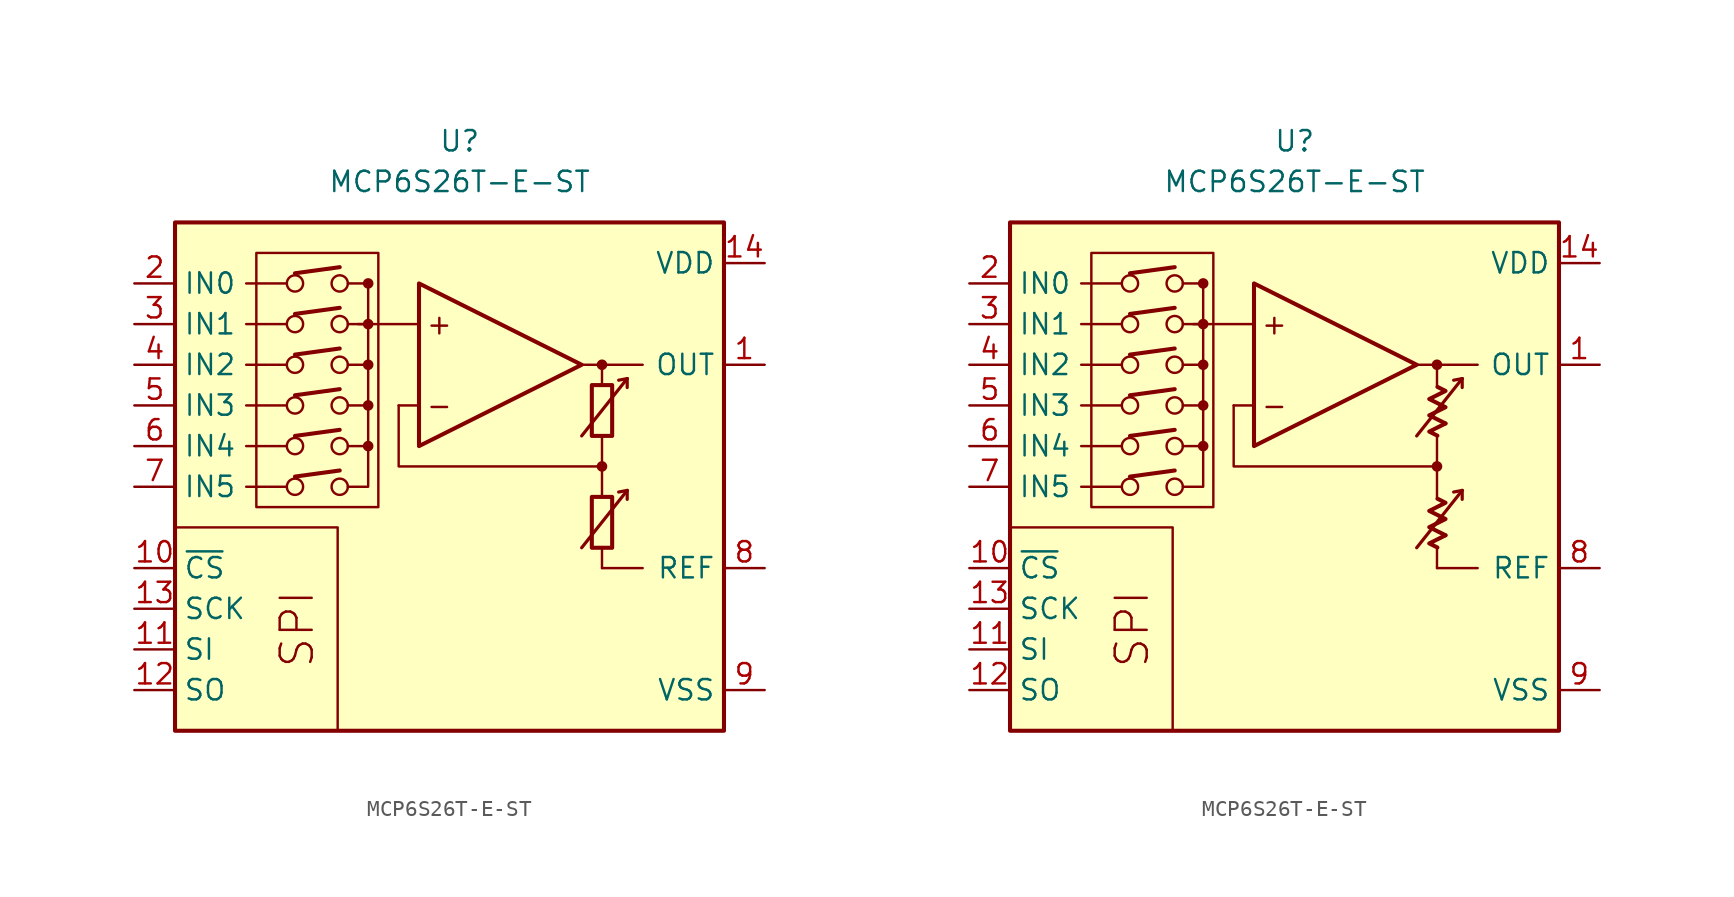
<source format=kicad_sym>
(kicad_symbol_lib
  (version 20231120)
  (generator "kicad_symbol_editor")
  (generator_version "8.0")
  (symbol "MCP6S26T-E-ST"
    (property "Reference" "U"
      (at 0 19.05 0)
      (effects (font (size 1.27 1.27))))
    (property "Value" "MCP6S26T-E-ST"
      (at 0 16.51 0)
      (effects (font (size 1.27 1.27))))
    (symbol "MCP6S26T-E-ST_0_0"
      (rectangle (start -17.78 13.97) (end 16.51 -17.78) (stroke (width 0.254) (type default)) (fill (type background)))
      (rectangle (start -12.7 12.065) (end -5.08 -3.81) (stroke (width 0.152) (type default)) (fill (type none)))
      (circle (center -10.287 -2.54) (radius 0.508) (stroke (width 0) (type default)) (fill (type none)))
      (circle (center -10.287 0) (radius 0.508) (stroke (width 0) (type default)) (fill (type none)))
      (circle (center -10.287 2.54) (radius 0.508) (stroke (width 0) (type default)) (fill (type none)))
      (circle (center -10.287 5.08) (radius 0.508) (stroke (width 0) (type default)) (fill (type none)))
      (circle (center -10.287 7.62) (radius 0.508) (stroke (width 0) (type default)) (fill (type none)))
      (circle (center -10.287 10.16) (radius 0.508) (stroke (width 0) (type default)) (fill (type none)))
      (circle (center -7.493 -2.54) (radius 0.508) (stroke (width 0) (type default)) (fill (type none)))
      (circle (center -7.493 0) (radius 0.508) (stroke (width 0) (type default)) (fill (type none)))
      (circle (center -7.493 2.54) (radius 0.508) (stroke (width 0) (type default)) (fill (type none)))
      (circle (center -7.493 5.08) (radius 0.508) (stroke (width 0) (type default)) (fill (type none)))
      (circle (center -7.493 7.62) (radius 0.508) (stroke (width 0) (type default)) (fill (type none)))
      (circle (center -7.493 10.16) (radius 0.508) (stroke (width 0) (type default)) (fill (type none)))
      (circle (center -5.715 0) (radius 0.254) (stroke (width 0.152) (type default)) (fill (type outline)))
      (circle (center -5.715 2.54) (radius 0.254) (stroke (width 0.152) (type default)) (fill (type outline)))
      (circle (center -5.715 5.08) (radius 0.254) (stroke (width 0.152) (type default)) (fill (type outline)))
      (circle (center -5.715 7.62) (radius 0.254) (stroke (width 0.152) (type default)) (fill (type outline)))
      (circle (center -5.715 10.16) (radius 0.254) (stroke (width 0.152) (type default)) (fill (type outline)))
      (polyline (pts (xy 8.89 -3.81)) (stroke (width 0.152) (type default)) (fill (type none)))
      (polyline (pts (xy 8.89 -3.81)) (stroke (width 0.152) (type default)) (fill (type none)))
      (polyline (pts (xy 8.89 -3.175)) (stroke (width 0.152) (type default)) (fill (type none)))
      (polyline (pts (xy 8.89 3.175)) (stroke (width 0.152) (type default)) (fill (type none)))
      (polyline (pts (xy 8.89 3.81)) (stroke (width 0.152) (type default)) (fill (type none)))
      (polyline (pts (xy 8.89 3.81)) (stroke (width 0.152) (type default)) (fill (type none)))
      (polyline (pts (xy -10.795 -2.54) (xy -13.335 -2.54)) (stroke (width 0.152) (type default)) (fill (type none)))
      (polyline (pts (xy -10.795 0) (xy -13.335 0)) (stroke (width 0.152) (type default)) (fill (type none)))
      (polyline (pts (xy -10.795 2.54) (xy -13.335 2.54)) (stroke (width 0.152) (type default)) (fill (type none)))
      (polyline (pts (xy -10.795 5.08) (xy -13.335 5.08)) (stroke (width 0.152) (type default)) (fill (type none)))
      (polyline (pts (xy -10.795 7.62) (xy -13.335 7.62)) (stroke (width 0.152) (type default)) (fill (type none)))
      (polyline (pts (xy -10.795 10.16) (xy -13.335 10.16)) (stroke (width 0.152) (type default)) (fill (type none)))
      (polyline (pts (xy -10.287 -1.905) (xy -7.493 -1.524)) (stroke (width 0.254) (type default)) (fill (type none)))
      (polyline (pts (xy -10.287 0.635) (xy -7.493 1.016)) (stroke (width 0.254) (type default)) (fill (type none)))
      (polyline (pts (xy -10.287 3.175) (xy -7.493 3.556)) (stroke (width 0.254) (type default)) (fill (type none)))
      (polyline (pts (xy -10.287 5.715) (xy -7.493 6.096)) (stroke (width 0.254) (type default)) (fill (type none)))
      (polyline (pts (xy -10.287 8.255) (xy -7.493 8.636)) (stroke (width 0.254) (type default)) (fill (type none)))
      (polyline (pts (xy -10.287 10.795) (xy -7.493 11.176)) (stroke (width 0.254) (type default)) (fill (type none)))
      (polyline (pts (xy -5.715 10.16) (xy -6.985 10.16)) (stroke (width 0.152) (type default)) (fill (type none)))
      (polyline (pts (xy -2.54 2.54) (xy -3.81 2.54)) (stroke (width 0.152) (type default)) (fill (type none)))
      (polyline (pts (xy -2.54 7.62) (xy -6.35 7.62)) (stroke (width 0.152) (type default)) (fill (type none)))
      (polyline (pts (xy 7.62 5.08) (xy 11.43 5.08)) (stroke (width 0.152) (type default)) (fill (type none)))
      (polyline (pts (xy 8.89 -6.35) (xy 8.89 -7.62)) (stroke (width 0.152) (type default)) (fill (type none)))
      (polyline (pts (xy 8.89 -1.27) (xy 8.89 -3.175)) (stroke (width 0.152) (type default)) (fill (type none)))
      (polyline (pts (xy 8.89 0.635) (xy 8.89 -1.27)) (stroke (width 0.152) (type default)) (fill (type none)))
      (polyline (pts (xy 8.89 5.08) (xy 8.89 3.81)) (stroke (width 0.152) (type default)) (fill (type none)))
      (polyline (pts (xy -7.62 -17.78) (xy -7.62 -5.08) (xy -17.78 -5.08)) (stroke (width 0.152) (type default)) (fill (type none)))
      (polyline (pts (xy -6.985 -2.54) (xy -5.715 -2.54) (xy -5.715 0)) (stroke (width 0.152) (type default)) (fill (type none)))
      (polyline (pts (xy -6.985 0) (xy -5.715 0) (xy -5.715 2.54)) (stroke (width 0.152) (type default)) (fill (type none)))
      (polyline (pts (xy -6.985 2.54) (xy -5.715 2.54) (xy -5.715 5.08)) (stroke (width 0.152) (type default)) (fill (type none)))
      (polyline (pts (xy -6.985 5.08) (xy -5.715 5.08) (xy -5.715 7.62)) (stroke (width 0.152) (type default)) (fill (type none)))
      (polyline (pts (xy -6.985 7.62) (xy -5.715 7.62) (xy -5.715 10.16)) (stroke (width 0.152) (type default)) (fill (type none)))
      (polyline (pts (xy 8.89 -1.27) (xy -3.81 -1.27) (xy -3.81 2.54)) (stroke (width 0.152) (type default)) (fill (type none)))
      (circle (center 8.89 -1.27) (radius 0.254) (stroke (width 0.152) (type default)) (fill (type outline)))
      (circle (center 8.89 5.08) (radius 0.254) (stroke (width 0.152) (type default)) (fill (type outline)))
      (text "+" (at -1.27 7.62 0) (effects (font (size 1.27 1.27))))
      (text "-" (at -1.27 2.54 0) (effects (font (size 1.27 1.27))))
      (text "SPI" (at -10.16 -11.43 900) (effects (font (size 2 2)))))
    (symbol "MCP6S26T-E-ST_0_1"
      (rectangle (start 8.255 -3.175) (end 9.525 -6.35) (stroke (width 0.254) (type default)) (fill (type none)))
      (rectangle (start 8.255 3.81) (end 9.525 0.635) (stroke (width 0.254) (type default)) (fill (type none))))
    (symbol "MCP6S26T-E-ST_0_2"
      (polyline (pts (xy 9.422 -5.572) (xy 8.406 -6.08) (xy 8.915 -6.333)) (stroke (width 0.254) (type default)) (fill (type none)))
      (polyline (pts (xy 9.422 1.413) (xy 8.406 0.905) (xy 8.915 0.651)) (stroke (width 0.254) (type default)) (fill (type none)))
      (polyline (pts (xy 8.915 -3.285) (xy 9.422 -3.539) (xy 8.406 -4.048) (xy 9.422 -4.556) (xy 8.406 -5.064) (xy 9.422 -5.572)) (stroke (width 0.254) (type default)) (fill (type none)))
      (polyline (pts (xy 8.915 3.7) (xy 9.422 3.446) (xy 8.406 2.938) (xy 9.422 2.429) (xy 8.406 1.921) (xy 9.422 1.413)) (stroke (width 0.254) (type default)) (fill (type none))))
    (symbol "MCP6S26T-E-ST_1_0"
      (polyline (pts (xy 8.89 -7.62) (xy 11.43 -7.62)) (stroke (width 0) (type default)) (fill (type none)))
      (polyline (pts (xy 10.465 -2.769) (xy 9.931 -2.87)) (stroke (width 0.2) (type default)) (fill (type none)))
      (polyline (pts (xy 10.465 -2.769) (xy 10.465 -3.327)) (stroke (width 0.2) (type default)) (fill (type none)))
      (polyline (pts (xy 10.465 4.216) (xy 9.931 4.115)) (stroke (width 0.2) (type default)) (fill (type none)))
      (polyline (pts (xy 10.465 4.216) (xy 10.465 3.658)) (stroke (width 0.2) (type default)) (fill (type none)))
      (polyline (pts (xy -2.54 10.16) (xy -2.54 0) (xy 7.62 5.08) (xy -2.54 10.16)) (stroke (width 0.254) (type default)) (fill (type background)))
      (polyline (pts (xy 7.62 -6.35) (xy 10.465 -2.769) (xy 10.465 -2.769) (xy 10.465 -2.769)) (stroke (width 0.2) (type default)) (fill (type none)))
      (polyline (pts (xy 7.62 0.635) (xy 10.465 4.216) (xy 10.465 4.216) (xy 10.465 4.216)) (stroke (width 0.2) (type default)) (fill (type none))))
    (symbol "MCP6S26T-E-ST_1_1"
      (pin output line (at 19.05 5.08 180) (length 2.54) (name "OUT" (effects (font (size 1.27 1.27)))) (number "1" (effects (font (size 1.27 1.27)))))
      (pin input line (at -20.32 -7.62 0) (length 2.54) (name "~{CS}" (effects (font (size 1.27 1.27)))) (number "10" (effects (font (size 1.27 1.27)))))
      (pin input line (at -20.32 -12.7 0) (length 2.54) (name "SI" (effects (font (size 1.27 1.27)))) (number "11" (effects (font (size 1.27 1.27)))))
      (pin output line (at -20.32 -15.24 0) (length 2.54) (name "SO" (effects (font (size 1.27 1.27)))) (number "12" (effects (font (size 1.27 1.27)))))
      (pin input line (at -20.32 -10.16 0) (length 2.54) (name "SCK" (effects (font (size 1.27 1.27)))) (number "13" (effects (font (size 1.27 1.27)))))
      (pin power_in line (at 19.05 11.43 180) (length 2.54) (name "VDD" (effects (font (size 1.27 1.27)))) (number "14" (effects (font (size 1.27 1.27)))))
      (pin input line (at -20.32 10.16 0) (length 2.54) (name "IN0" (effects (font (size 1.27 1.27)))) (number "2" (effects (font (size 1.27 1.27)))))
      (pin input line (at -20.32 7.62 0) (length 2.54) (name "IN1" (effects (font (size 1.27 1.27)))) (number "3" (effects (font (size 1.27 1.27)))))
      (pin input line (at -20.32 5.08 0) (length 2.54) (name "IN2" (effects (font (size 1.27 1.27)))) (number "4" (effects (font (size 1.27 1.27)))))
      (pin input line (at -20.32 2.54 0) (length 2.54) (name "IN3" (effects (font (size 1.27 1.27)))) (number "5" (effects (font (size 1.27 1.27)))))
      (pin input line (at -20.32 0 0) (length 2.54) (name "IN4" (effects (font (size 1.27 1.27)))) (number "6" (effects (font (size 1.27 1.27)))))
      (pin input line (at -20.32 -2.54 0) (length 2.54) (name "IN5" (effects (font (size 1.27 1.27)))) (number "7" (effects (font (size 1.27 1.27)))))
      (pin passive line (at 19.05 -7.62 180) (length 2.54) (name "REF" (effects (font (size 1.27 1.27)))) (number "8" (effects (font (size 1.27 1.27)))))
      (pin power_in line (at 19.05 -15.24 180) (length 2.54) (name "VSS" (effects (font (size 1.27 1.27)))) (number "9" (effects (font (size 1.27 1.27))))))
    (symbol "MCP6S26T-E-ST_1_2"
      (pin output line (at 19.05 5.08 180) (length 2.54) (name "OUT" (effects (font (size 1.27 1.27)))) (number "1" (effects (font (size 1.27 1.27)))))
      (pin input line (at -20.32 -7.62 0) (length 2.54) (name "~{CS}" (effects (font (size 1.27 1.27)))) (number "10" (effects (font (size 1.27 1.27)))))
      (pin input line (at -20.32 -12.7 0) (length 2.54) (name "SI" (effects (font (size 1.27 1.27)))) (number "11" (effects (font (size 1.27 1.27)))))
      (pin output line (at -20.32 -15.24 0) (length 2.54) (name "SO" (effects (font (size 1.27 1.27)))) (number "12" (effects (font (size 1.27 1.27)))))
      (pin input line (at -20.32 -10.16 0) (length 2.54) (name "SCK" (effects (font (size 1.27 1.27)))) (number "13" (effects (font (size 1.27 1.27)))))
      (pin power_in line (at 19.05 11.43 180) (length 2.54) (name "VDD" (effects (font (size 1.27 1.27)))) (number "14" (effects (font (size 1.27 1.27)))))
      (pin input line (at -20.32 10.16 0) (length 2.54) (name "IN0" (effects (font (size 1.27 1.27)))) (number "2" (effects (font (size 1.27 1.27)))))
      (pin input line (at -20.32 7.62 0) (length 2.54) (name "IN1" (effects (font (size 1.27 1.27)))) (number "3" (effects (font (size 1.27 1.27)))))
      (pin input line (at -20.32 5.08 0) (length 2.54) (name "IN2" (effects (font (size 1.27 1.27)))) (number "4" (effects (font (size 1.27 1.27)))))
      (pin input line (at -20.32 2.54 0) (length 2.54) (name "IN3" (effects (font (size 1.27 1.27)))) (number "5" (effects (font (size 1.27 1.27)))))
      (pin input line (at -20.32 0 0) (length 2.54) (name "IN4" (effects (font (size 1.27 1.27)))) (number "6" (effects (font (size 1.27 1.27)))))
      (pin input line (at -20.32 -2.54 0) (length 2.54) (name "IN5" (effects (font (size 1.27 1.27)))) (number "7" (effects (font (size 1.27 1.27)))))
      (pin passive line (at 19.05 -7.62 180) (length 2.54) (name "REF" (effects (font (size 1.27 1.27)))) (number "8" (effects (font (size 1.27 1.27)))))
      (pin power_in line (at 19.05 -15.24 180) (length 2.54) (name "VSS" (effects (font (size 1.27 1.27)))) (number "9" (effects (font (size 1.27 1.27))))))))
</source>
